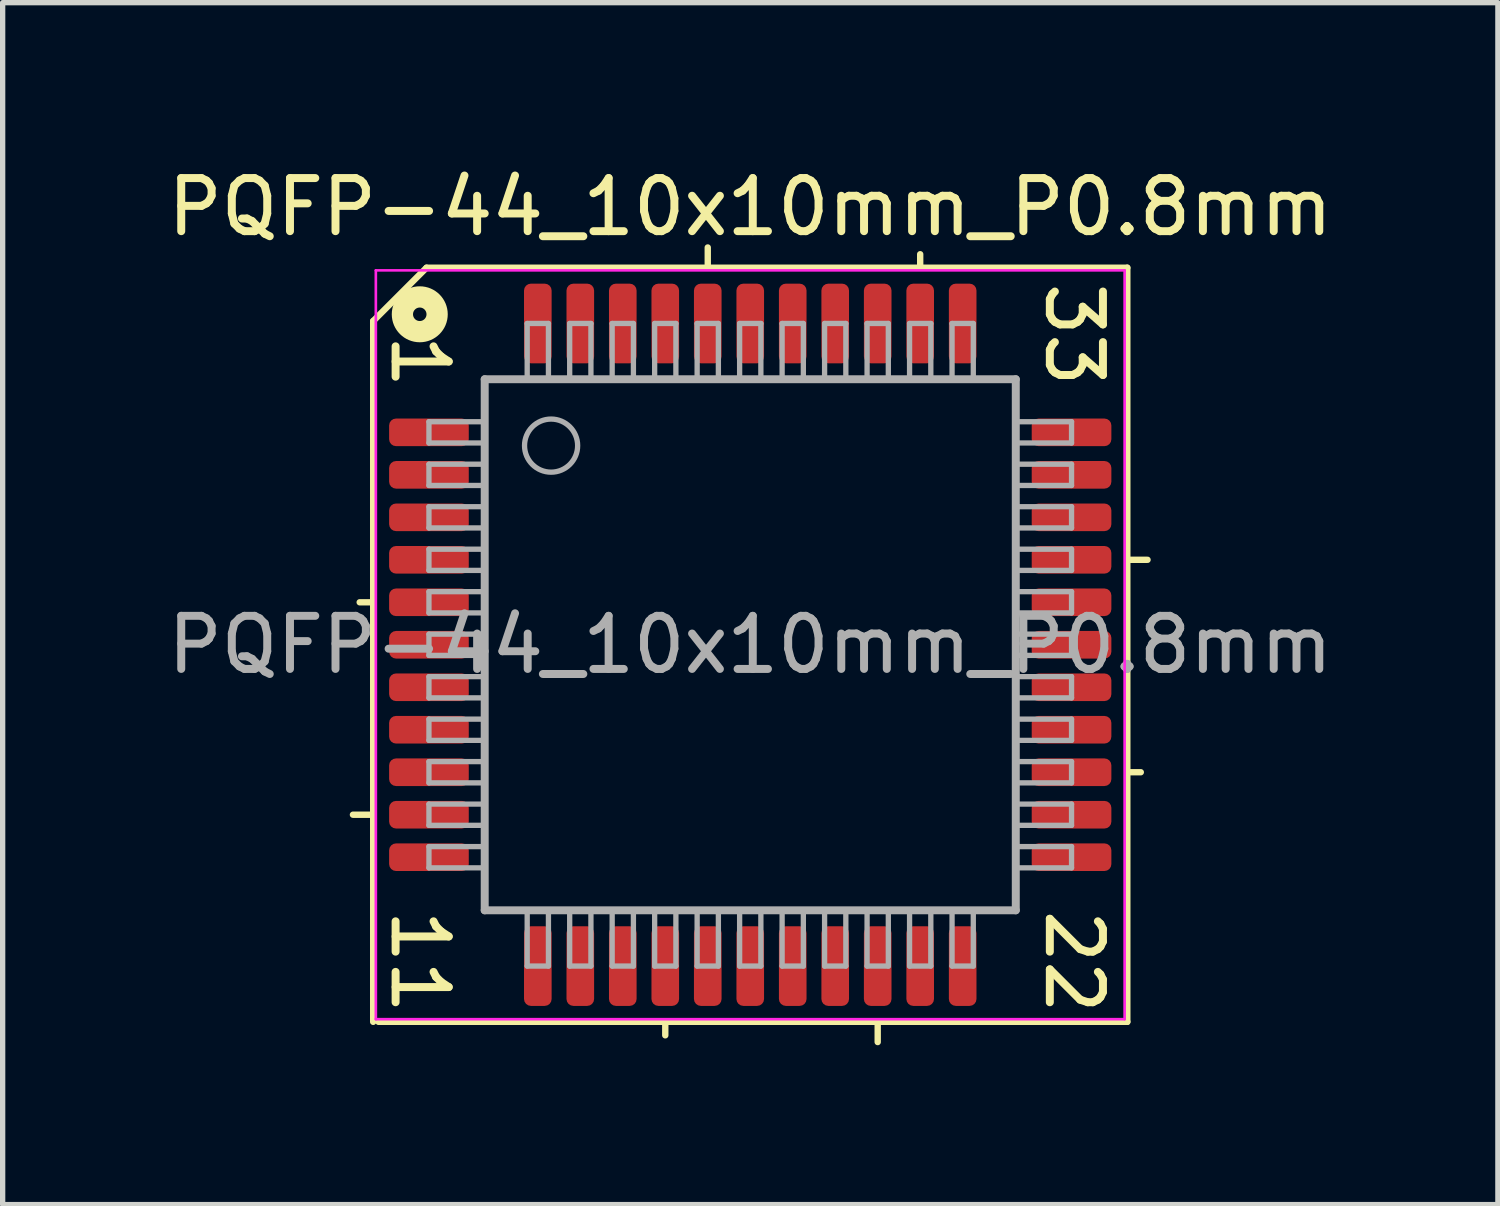
<source format=kicad_pcb>
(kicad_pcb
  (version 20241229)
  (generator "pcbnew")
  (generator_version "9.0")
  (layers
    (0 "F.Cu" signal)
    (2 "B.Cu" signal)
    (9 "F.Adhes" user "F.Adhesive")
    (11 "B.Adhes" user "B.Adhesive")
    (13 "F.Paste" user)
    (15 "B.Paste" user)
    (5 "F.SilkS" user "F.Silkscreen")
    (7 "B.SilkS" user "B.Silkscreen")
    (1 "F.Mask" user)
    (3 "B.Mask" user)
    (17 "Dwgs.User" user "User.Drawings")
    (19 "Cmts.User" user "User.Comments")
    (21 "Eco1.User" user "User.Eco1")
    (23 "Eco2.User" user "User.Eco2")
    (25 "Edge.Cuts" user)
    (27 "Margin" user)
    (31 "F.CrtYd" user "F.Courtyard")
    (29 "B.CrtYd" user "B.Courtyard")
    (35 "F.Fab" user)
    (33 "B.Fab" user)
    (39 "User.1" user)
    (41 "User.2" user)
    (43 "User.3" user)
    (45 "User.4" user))
  (footprint "PQFP-44_10x10mm_P0.8mm"
    (layer "F.Cu")
    (at 11.077 9.091)
    (property "Reference" "PQFP-44_10x10mm_P0.8mm" (at 0 -8.243 0) (layer "F.SilkS") (effects (font (size 1 1) (thickness 0.15))))
    (attr smd)
    (fp_line (start -7.1 -6.096) (end -7.1 7.1) (stroke (width 0.12) (type solid)) (layer "F.SilkS"))
    (fp_line (start -7.1 -0.8) (end -7.354 -0.8) (stroke (width 0.12) (type solid)) (layer "F.SilkS"))
    (fp_line (start -7.1 3.2) (end -7.481 3.2) (stroke (width 0.12) (type solid)) (layer "F.SilkS"))
    (fp_line (start -7 7.1) (end 7.1 7.1) (stroke (width 0.12) (type solid)) (layer "F.SilkS"))
    (fp_line (start -6.096 -7.1) (end -7.1 -6.096) (stroke (width 0.12) (type solid)) (layer "F.SilkS"))
    (fp_line (start -1.6 7.1) (end -1.6 7.354) (stroke (width 0.12) (type solid)) (layer "F.SilkS"))
    (fp_line (start -0.8 -7.1) (end -0.8 -7.481) (stroke (width 0.12) (type solid)) (layer "F.SilkS"))
    (fp_line (start 2.4 7.1) (end 2.4 7.481) (stroke (width 0.12) (type solid)) (layer "F.SilkS"))
    (fp_line (start 3.2 -7.1) (end 3.2 -7.354) (stroke (width 0.12) (type solid)) (layer "F.SilkS"))
    (fp_line (start 7.1 -7.1) (end -6.096 -7.1) (stroke (width 0.12) (type solid)) (layer "F.SilkS"))
    (fp_line (start 7.1 -1.6) (end 7.481 -1.6) (stroke (width 0.12) (type solid)) (layer "F.SilkS"))
    (fp_line (start 7.1 2.4) (end 7.354 2.4) (stroke (width 0.12) (type solid)) (layer "F.SilkS"))
    (fp_line (start 7.1 7.1) (end 7.1 -7.1) (stroke (width 0.12) (type solid)) (layer "F.SilkS"))
    (fp_circle (center -6.223 -6.223) (end -6.096 -6.223) (stroke (width 0.4) (type solid)) (fill no) (layer "F.SilkS"))
    (fp_line (start -7.05 -7.05) (end -7.05 7.05) (stroke (width 0.05) (type solid)) (layer "F.CrtYd"))
    (fp_line (start -7.05 -7.05) (end 7.05 -7.05) (stroke (width 0.05) (type solid)) (layer "F.CrtYd"))
    (fp_line (start -7.05 7.05) (end 7.05 7.05) (stroke (width 0.05) (type solid)) (layer "F.CrtYd"))
    (fp_line (start 7.05 -7.05) (end 7.05 7.05) (stroke (width 0.05) (type solid)) (layer "F.CrtYd"))
    (fp_line (start -6.05 -4.2) (end -6.05 -3.8) (stroke (width 0.1) (type solid)) (layer "F.Fab"))
    (fp_line (start -6.05 -4.2) (end -5 -4.2) (stroke (width 0.1) (type solid)) (layer "F.Fab"))
    (fp_line (start -6.05 -3.8) (end -5 -3.8) (stroke (width 0.1) (type solid)) (layer "F.Fab"))
    (fp_line (start -6.05 -3.4) (end -6.05 -3) (stroke (width 0.1) (type solid)) (layer "F.Fab"))
    (fp_line (start -6.05 -3.4) (end -5 -3.4) (stroke (width 0.1) (type solid)) (layer "F.Fab"))
    (fp_line (start -6.05 -3) (end -5 -3) (stroke (width 0.1) (type solid)) (layer "F.Fab"))
    (fp_line (start -6.05 -2.6) (end -6.05 -2.2) (stroke (width 0.1) (type solid)) (layer "F.Fab"))
    (fp_line (start -6.05 -2.6) (end -5 -2.6) (stroke (width 0.1) (type solid)) (layer "F.Fab"))
    (fp_line (start -6.05 -2.2) (end -5 -2.2) (stroke (width 0.1) (type solid)) (layer "F.Fab"))
    (fp_line (start -6.05 -1.8) (end -6.05 -1.4) (stroke (width 0.1) (type solid)) (layer "F.Fab"))
    (fp_line (start -6.05 -1.8) (end -5 -1.8) (stroke (width 0.1) (type solid)) (layer "F.Fab"))
    (fp_line (start -6.05 -1.4) (end -5 -1.4) (stroke (width 0.1) (type solid)) (layer "F.Fab"))
    (fp_line (start -6.05 -1) (end -6.05 -0.6) (stroke (width 0.1) (type solid)) (layer "F.Fab"))
    (fp_line (start -6.05 -1) (end -5 -1) (stroke (width 0.1) (type solid)) (layer "F.Fab"))
    (fp_line (start -6.05 -0.6) (end -5 -0.6) (stroke (width 0.1) (type solid)) (layer "F.Fab"))
    (fp_line (start -6.05 -0.2) (end -6.05 0.2) (stroke (width 0.1) (type solid)) (layer "F.Fab"))
    (fp_line (start -6.05 -0.2) (end -5 -0.2) (stroke (width 0.1) (type solid)) (layer "F.Fab"))
    (fp_line (start -6.05 0.2) (end -5 0.2) (stroke (width 0.1) (type solid)) (layer "F.Fab"))
    (fp_line (start -6.05 0.6) (end -6.05 1) (stroke (width 0.1) (type solid)) (layer "F.Fab"))
    (fp_line (start -6.05 0.6) (end -5 0.6) (stroke (width 0.1) (type solid)) (layer "F.Fab"))
    (fp_line (start -6.05 1) (end -5 1) (stroke (width 0.1) (type solid)) (layer "F.Fab"))
    (fp_line (start -6.05 1.4) (end -6.05 1.8) (stroke (width 0.1) (type solid)) (layer "F.Fab"))
    (fp_line (start -6.05 1.4) (end -5 1.4) (stroke (width 0.1) (type solid)) (layer "F.Fab"))
    (fp_line (start -6.05 1.8) (end -5 1.8) (stroke (width 0.1) (type solid)) (layer "F.Fab"))
    (fp_line (start -6.05 2.2) (end -6.05 2.6) (stroke (width 0.1) (type solid)) (layer "F.Fab"))
    (fp_line (start -6.05 2.2) (end -5 2.2) (stroke (width 0.1) (type solid)) (layer "F.Fab"))
    (fp_line (start -6.05 2.6) (end -5 2.6) (stroke (width 0.1) (type solid)) (layer "F.Fab"))
    (fp_line (start -6.05 3) (end -6.05 3.4) (stroke (width 0.1) (type solid)) (layer "F.Fab"))
    (fp_line (start -6.05 3) (end -5 3) (stroke (width 0.1) (type solid)) (layer "F.Fab"))
    (fp_line (start -6.05 3.4) (end -5 3.4) (stroke (width 0.1) (type solid)) (layer "F.Fab"))
    (fp_line (start -6.05 3.8) (end -6.05 4.2) (stroke (width 0.1) (type solid)) (layer "F.Fab"))
    (fp_line (start -6.05 3.8) (end -5 3.8) (stroke (width 0.1) (type solid)) (layer "F.Fab"))
    (fp_line (start -6.05 4.2) (end -5 4.2) (stroke (width 0.1) (type solid)) (layer "F.Fab"))
    (fp_line (start -5 -5) (end 5 -5) (stroke (width 0.15) (type solid)) (layer "F.Fab"))
    (fp_line (start -5 5) (end -5 -5) (stroke (width 0.15) (type solid)) (layer "F.Fab"))
    (fp_line (start -4.2 -6.05) (end -4.2 -5) (stroke (width 0.1) (type solid)) (layer "F.Fab"))
    (fp_line (start -4.2 6.05) (end -4.2 5) (stroke (width 0.1) (type solid)) (layer "F.Fab"))
    (fp_line (start -4.2 6.05) (end -3.8 6.05) (stroke (width 0.1) (type solid)) (layer "F.Fab"))
    (fp_line (start -3.8 -6.05) (end -4.2 -6.05) (stroke (width 0.1) (type solid)) (layer "F.Fab"))
    (fp_line (start -3.8 -6.05) (end -3.8 -5) (stroke (width 0.1) (type solid)) (layer "F.Fab"))
    (fp_line (start -3.8 6.05) (end -3.8 5) (stroke (width 0.1) (type solid)) (layer "F.Fab"))
    (fp_line (start -3.4 -6.05) (end -3.4 -5) (stroke (width 0.1) (type solid)) (layer "F.Fab"))
    (fp_line (start -3.4 6.05) (end -3.4 5) (stroke (width 0.1) (type solid)) (layer "F.Fab"))
    (fp_line (start -3.4 6.05) (end -3 6.05) (stroke (width 0.1) (type solid)) (layer "F.Fab"))
    (fp_line (start -3 -6.05) (end -3.4 -6.05) (stroke (width 0.1) (type solid)) (layer "F.Fab"))
    (fp_line (start -3 -6.05) (end -3 -5) (stroke (width 0.1) (type solid)) (layer "F.Fab"))
    (fp_line (start -3 6.05) (end -3 5) (stroke (width 0.1) (type solid)) (layer "F.Fab"))
    (fp_line (start -2.6 -6.05) (end -2.6 -5) (stroke (width 0.1) (type solid)) (layer "F.Fab"))
    (fp_line (start -2.6 6.05) (end -2.6 5) (stroke (width 0.1) (type solid)) (layer "F.Fab"))
    (fp_line (start -2.6 6.05) (end -2.2 6.05) (stroke (width 0.1) (type solid)) (layer "F.Fab"))
    (fp_line (start -2.2 -6.05) (end -2.6 -6.05) (stroke (width 0.1) (type solid)) (layer "F.Fab"))
    (fp_line (start -2.2 -6.05) (end -2.2 -5) (stroke (width 0.1) (type solid)) (layer "F.Fab"))
    (fp_line (start -2.2 6.05) (end -2.2 5) (stroke (width 0.1) (type solid)) (layer "F.Fab"))
    (fp_line (start -1.8 -6.05) (end -1.8 -5) (stroke (width 0.1) (type solid)) (layer "F.Fab"))
    (fp_line (start -1.8 6.05) (end -1.8 5) (stroke (width 0.1) (type solid)) (layer "F.Fab"))
    (fp_line (start -1.8 6.05) (end -1.4 6.05) (stroke (width 0.1) (type solid)) (layer "F.Fab"))
    (fp_line (start -1.4 -6.05) (end -1.8 -6.05) (stroke (width 0.1) (type solid)) (layer "F.Fab"))
    (fp_line (start -1.4 -6.05) (end -1.4 -5) (stroke (width 0.1) (type solid)) (layer "F.Fab"))
    (fp_line (start -1.4 6.05) (end -1.4 5) (stroke (width 0.1) (type solid)) (layer "F.Fab"))
    (fp_line (start -1 -6.05) (end -1 -5) (stroke (width 0.1) (type solid)) (layer "F.Fab"))
    (fp_line (start -1 6.05) (end -1 5) (stroke (width 0.1) (type solid)) (layer "F.Fab"))
    (fp_line (start -1 6.05) (end -0.6 6.05) (stroke (width 0.1) (type solid)) (layer "F.Fab"))
    (fp_line (start -0.6 -6.05) (end -1 -6.05) (stroke (width 0.1) (type solid)) (layer "F.Fab"))
    (fp_line (start -0.6 -6.05) (end -0.6 -5) (stroke (width 0.1) (type solid)) (layer "F.Fab"))
    (fp_line (start -0.6 6.05) (end -0.6 5) (stroke (width 0.1) (type solid)) (layer "F.Fab"))
    (fp_line (start -0.2 -6.05) (end -0.2 -5) (stroke (width 0.1) (type solid)) (layer "F.Fab"))
    (fp_line (start -0.2 6.05) (end -0.2 5) (stroke (width 0.1) (type solid)) (layer "F.Fab"))
    (fp_line (start -0.2 6.05) (end 0.2 6.05) (stroke (width 0.1) (type solid)) (layer "F.Fab"))
    (fp_line (start 0.2 -6.05) (end -0.2 -6.05) (stroke (width 0.1) (type solid)) (layer "F.Fab"))
    (fp_line (start 0.2 -6.05) (end 0.2 -5) (stroke (width 0.1) (type solid)) (layer "F.Fab"))
    (fp_line (start 0.2 6.05) (end 0.2 5) (stroke (width 0.1) (type solid)) (layer "F.Fab"))
    (fp_line (start 0.6 -6.05) (end 0.6 -5) (stroke (width 0.1) (type solid)) (layer "F.Fab"))
    (fp_line (start 0.6 6.05) (end 0.6 5) (stroke (width 0.1) (type solid)) (layer "F.Fab"))
    (fp_line (start 0.6 6.05) (end 1 6.05) (stroke (width 0.1) (type solid)) (layer "F.Fab"))
    (fp_line (start 1 -6.05) (end 0.6 -6.05) (stroke (width 0.1) (type solid)) (layer "F.Fab"))
    (fp_line (start 1 -6.05) (end 1 -5) (stroke (width 0.1) (type solid)) (layer "F.Fab"))
    (fp_line (start 1 6.05) (end 1 5) (stroke (width 0.1) (type solid)) (layer "F.Fab"))
    (fp_line (start 1.4 -6.05) (end 1.4 -5) (stroke (width 0.1) (type solid)) (layer "F.Fab"))
    (fp_line (start 1.4 6.05) (end 1.4 5) (stroke (width 0.1) (type solid)) (layer "F.Fab"))
    (fp_line (start 1.4 6.05) (end 1.8 6.05) (stroke (width 0.1) (type solid)) (layer "F.Fab"))
    (fp_line (start 1.8 -6.05) (end 1.4 -6.05) (stroke (width 0.1) (type solid)) (layer "F.Fab"))
    (fp_line (start 1.8 -6.05) (end 1.8 -5) (stroke (width 0.1) (type solid)) (layer "F.Fab"))
    (fp_line (start 1.8 6.05) (end 1.8 5) (stroke (width 0.1) (type solid)) (layer "F.Fab"))
    (fp_line (start 2.2 -6.05) (end 2.2 -5) (stroke (width 0.1) (type solid)) (layer "F.Fab"))
    (fp_line (start 2.2 6.05) (end 2.2 5) (stroke (width 0.1) (type solid)) (layer "F.Fab"))
    (fp_line (start 2.2 6.05) (end 2.6 6.05) (stroke (width 0.1) (type solid)) (layer "F.Fab"))
    (fp_line (start 2.6 -6.05) (end 2.2 -6.05) (stroke (width 0.1) (type solid)) (layer "F.Fab"))
    (fp_line (start 2.6 -6.05) (end 2.6 -5) (stroke (width 0.1) (type solid)) (layer "F.Fab"))
    (fp_line (start 2.6 6.05) (end 2.6 5) (stroke (width 0.1) (type solid)) (layer "F.Fab"))
    (fp_line (start 3 -6.05) (end 3 -5) (stroke (width 0.1) (type solid)) (layer "F.Fab"))
    (fp_line (start 3 6.05) (end 3 5) (stroke (width 0.1) (type solid)) (layer "F.Fab"))
    (fp_line (start 3 6.05) (end 3.4 6.05) (stroke (width 0.1) (type solid)) (layer "F.Fab"))
    (fp_line (start 3.4 -6.05) (end 3 -6.05) (stroke (width 0.1) (type solid)) (layer "F.Fab"))
    (fp_line (start 3.4 -6.05) (end 3.4 -5) (stroke (width 0.1) (type solid)) (layer "F.Fab"))
    (fp_line (start 3.4 6.05) (end 3.4 5) (stroke (width 0.1) (type solid)) (layer "F.Fab"))
    (fp_line (start 3.8 -6.05) (end 3.8 -5) (stroke (width 0.1) (type solid)) (layer "F.Fab"))
    (fp_line (start 3.8 6.05) (end 3.8 5) (stroke (width 0.1) (type solid)) (layer "F.Fab"))
    (fp_line (start 3.8 6.05) (end 4.2 6.05) (stroke (width 0.1) (type solid)) (layer "F.Fab"))
    (fp_line (start 4.2 -6.05) (end 3.8 -6.05) (stroke (width 0.1) (type solid)) (layer "F.Fab"))
    (fp_line (start 4.2 -6.05) (end 4.2 -5) (stroke (width 0.1) (type solid)) (layer "F.Fab"))
    (fp_line (start 4.2 6.05) (end 4.2 5) (stroke (width 0.1) (type solid)) (layer "F.Fab"))
    (fp_line (start 5 -5) (end 5 5) (stroke (width 0.15) (type solid)) (layer "F.Fab"))
    (fp_line (start 5 5) (end -5 5) (stroke (width 0.15) (type solid)) (layer "F.Fab"))
    (fp_line (start 6.05 -4.2) (end 5 -4.2) (stroke (width 0.1) (type solid)) (layer "F.Fab"))
    (fp_line (start 6.05 -3.8) (end 5 -3.8) (stroke (width 0.1) (type solid)) (layer "F.Fab"))
    (fp_line (start 6.05 -3.8) (end 6.05 -4.2) (stroke (width 0.1) (type solid)) (layer "F.Fab"))
    (fp_line (start 6.05 -3.4) (end 5 -3.4) (stroke (width 0.1) (type solid)) (layer "F.Fab"))
    (fp_line (start 6.05 -3) (end 5 -3) (stroke (width 0.1) (type solid)) (layer "F.Fab"))
    (fp_line (start 6.05 -3) (end 6.05 -3.4) (stroke (width 0.1) (type solid)) (layer "F.Fab"))
    (fp_line (start 6.05 -2.6) (end 5 -2.6) (stroke (width 0.1) (type solid)) (layer "F.Fab"))
    (fp_line (start 6.05 -2.2) (end 5 -2.2) (stroke (width 0.1) (type solid)) (layer "F.Fab"))
    (fp_line (start 6.05 -2.2) (end 6.05 -2.6) (stroke (width 0.1) (type solid)) (layer "F.Fab"))
    (fp_line (start 6.05 -1.8) (end 5 -1.8) (stroke (width 0.1) (type solid)) (layer "F.Fab"))
    (fp_line (start 6.05 -1.4) (end 5 -1.4) (stroke (width 0.1) (type solid)) (layer "F.Fab"))
    (fp_line (start 6.05 -1.4) (end 6.05 -1.8) (stroke (width 0.1) (type solid)) (layer "F.Fab"))
    (fp_line (start 6.05 -1) (end 5 -1) (stroke (width 0.1) (type solid)) (layer "F.Fab"))
    (fp_line (start 6.05 -0.6) (end 5 -0.6) (stroke (width 0.1) (type solid)) (layer "F.Fab"))
    (fp_line (start 6.05 -0.6) (end 6.05 -1) (stroke (width 0.1) (type solid)) (layer "F.Fab"))
    (fp_line (start 6.05 -0.2) (end 5 -0.2) (stroke (width 0.1) (type solid)) (layer "F.Fab"))
    (fp_line (start 6.05 0.2) (end 5 0.2) (stroke (width 0.1) (type solid)) (layer "F.Fab"))
    (fp_line (start 6.05 0.2) (end 6.05 -0.2) (stroke (width 0.1) (type solid)) (layer "F.Fab"))
    (fp_line (start 6.05 0.6) (end 5 0.6) (stroke (width 0.1) (type solid)) (layer "F.Fab"))
    (fp_line (start 6.05 1) (end 5 1) (stroke (width 0.1) (type solid)) (layer "F.Fab"))
    (fp_line (start 6.05 1) (end 6.05 0.6) (stroke (width 0.1) (type solid)) (layer "F.Fab"))
    (fp_line (start 6.05 1.4) (end 5 1.4) (stroke (width 0.1) (type solid)) (layer "F.Fab"))
    (fp_line (start 6.05 1.8) (end 5 1.8) (stroke (width 0.1) (type solid)) (layer "F.Fab"))
    (fp_line (start 6.05 1.8) (end 6.05 1.4) (stroke (width 0.1) (type solid)) (layer "F.Fab"))
    (fp_line (start 6.05 2.2) (end 5 2.2) (stroke (width 0.1) (type solid)) (layer "F.Fab"))
    (fp_line (start 6.05 2.6) (end 5 2.6) (stroke (width 0.1) (type solid)) (layer "F.Fab"))
    (fp_line (start 6.05 2.6) (end 6.05 2.2) (stroke (width 0.1) (type solid)) (layer "F.Fab"))
    (fp_line (start 6.05 3) (end 5 3) (stroke (width 0.1) (type solid)) (layer "F.Fab"))
    (fp_line (start 6.05 3.4) (end 5 3.4) (stroke (width 0.1) (type solid)) (layer "F.Fab"))
    (fp_line (start 6.05 3.4) (end 6.05 3) (stroke (width 0.1) (type solid)) (layer "F.Fab"))
    (fp_line (start 6.05 3.8) (end 5 3.8) (stroke (width 0.1) (type solid)) (layer "F.Fab"))
    (fp_line (start 6.05 4.2) (end 5 4.2) (stroke (width 0.1) (type solid)) (layer "F.Fab"))
    (fp_line (start 6.05 4.2) (end 6.05 3.8) (stroke (width 0.1) (type solid)) (layer "F.Fab"))
    (fp_circle (center -3.75 -3.75) (end -3.25 -3.75) (stroke (width 0.1) (type solid)) (fill no) (layer "F.Fab"))
    (fp_text user "33" (at 6.096 -5.842 270) (unlocked yes) (layer "F.SilkS") (effects (font (size 1 1) (thickness 0.15))))
    (fp_text user "1" (at -6.223 -5.334 270) (unlocked yes) (layer "F.SilkS") (effects (font (size 1 1) (thickness 0.15))))
    (fp_text user "11" (at -6.223 5.969 270) (unlocked yes) (layer "F.SilkS") (effects (font (size 1 1) (thickness 0.15))))
    (fp_text user "22" (at 6.096 5.969 270) (unlocked yes) (layer "F.SilkS") (effects (font (size 1 1) (thickness 0.15))))
    (fp_text user "${REFERENCE}" (at 0 0 0) (layer "F.Fab") (effects (font (size 1 1) (thickness 0.15))))
    (pad "1" smd roundrect (at -6.05 -4) (size 1.5 0.52) (layers "F.Cu" "F.Mask" "F.Paste") (roundrect_rratio 0.25))
    (pad "2" smd roundrect (at -6.05 -3.2) (size 1.5 0.52) (layers "F.Cu" "F.Mask" "F.Paste") (roundrect_rratio 0.25))
    (pad "3" smd roundrect (at -6.05 -2.4) (size 1.5 0.52) (layers "F.Cu" "F.Mask" "F.Paste") (roundrect_rratio 0.25))
    (pad "4" smd roundrect (at -6.05 -1.6) (size 1.5 0.52) (layers "F.Cu" "F.Mask" "F.Paste") (roundrect_rratio 0.25))
    (pad "5" smd roundrect (at -6.05 -0.8) (size 1.5 0.52) (layers "F.Cu" "F.Mask" "F.Paste") (roundrect_rratio 0.25))
    (pad "6" smd roundrect (at -6.05 0) (size 1.5 0.52) (layers "F.Cu" "F.Mask" "F.Paste") (roundrect_rratio 0.25))
    (pad "7" smd roundrect (at -6.05 0.8) (size 1.5 0.52) (layers "F.Cu" "F.Mask" "F.Paste") (roundrect_rratio 0.25))
    (pad "8" smd roundrect (at -6.05 1.6) (size 1.5 0.52) (layers "F.Cu" "F.Mask" "F.Paste") (roundrect_rratio 0.25))
    (pad "9" smd roundrect (at -6.05 2.4) (size 1.5 0.52) (layers "F.Cu" "F.Mask" "F.Paste") (roundrect_rratio 0.25))
    (pad "10" smd roundrect (at -6.05 3.2) (size 1.5 0.52) (layers "F.Cu" "F.Mask" "F.Paste") (roundrect_rratio 0.25))
    (pad "11" smd roundrect (at -6.05 4) (size 1.5 0.52) (layers "F.Cu" "F.Mask" "F.Paste") (roundrect_rratio 0.25))
    (pad "12" smd roundrect (at -4 6.05) (size 0.52 1.5) (layers "F.Cu" "F.Mask" "F.Paste") (roundrect_rratio 0.25))
    (pad "13" smd roundrect (at -3.2 6.05) (size 0.52 1.5) (layers "F.Cu" "F.Mask" "F.Paste") (roundrect_rratio 0.25))
    (pad "14" smd roundrect (at -2.4 6.05) (size 0.52 1.5) (layers "F.Cu" "F.Mask" "F.Paste") (roundrect_rratio 0.25))
    (pad "15" smd roundrect (at -1.6 6.05) (size 0.52 1.5) (layers "F.Cu" "F.Mask" "F.Paste") (roundrect_rratio 0.25))
    (pad "16" smd roundrect (at -0.8 6.05) (size 0.52 1.5) (layers "F.Cu" "F.Mask" "F.Paste") (roundrect_rratio 0.25))
    (pad "17" smd roundrect (at 0 6.05) (size 0.52 1.5) (layers "F.Cu" "F.Mask" "F.Paste") (roundrect_rratio 0.25))
    (pad "18" smd roundrect (at 0.8 6.05) (size 0.52 1.5) (layers "F.Cu" "F.Mask" "F.Paste") (roundrect_rratio 0.25))
    (pad "19" smd roundrect (at 1.6 6.05) (size 0.52 1.5) (layers "F.Cu" "F.Mask" "F.Paste") (roundrect_rratio 0.25))
    (pad "20" smd roundrect (at 2.4 6.05) (size 0.52 1.5) (layers "F.Cu" "F.Mask" "F.Paste") (roundrect_rratio 0.25))
    (pad "21" smd roundrect (at 3.2 6.05) (size 0.52 1.5) (layers "F.Cu" "F.Mask" "F.Paste") (roundrect_rratio 0.25))
    (pad "22" smd roundrect (at 4 6.05) (size 0.52 1.5) (layers "F.Cu" "F.Mask" "F.Paste") (roundrect_rratio 0.25))
    (pad "23" smd roundrect (at 6.05 4) (size 1.5 0.52) (layers "F.Cu" "F.Mask" "F.Paste") (roundrect_rratio 0.25))
    (pad "24" smd roundrect (at 6.05 3.2) (size 1.5 0.52) (layers "F.Cu" "F.Mask" "F.Paste") (roundrect_rratio 0.25))
    (pad "25" smd roundrect (at 6.05 2.4) (size 1.5 0.52) (layers "F.Cu" "F.Mask" "F.Paste") (roundrect_rratio 0.25))
    (pad "26" smd roundrect (at 6.05 1.6) (size 1.5 0.52) (layers "F.Cu" "F.Mask" "F.Paste") (roundrect_rratio 0.25))
    (pad "27" smd roundrect (at 6.05 0.8) (size 1.5 0.52) (layers "F.Cu" "F.Mask" "F.Paste") (roundrect_rratio 0.25))
    (pad "28" smd roundrect (at 6.05 0) (size 1.5 0.52) (layers "F.Cu" "F.Mask" "F.Paste") (roundrect_rratio 0.25))
    (pad "29" smd roundrect (at 6.05 -0.8) (size 1.5 0.52) (layers "F.Cu" "F.Mask" "F.Paste") (roundrect_rratio 0.25))
    (pad "30" smd roundrect (at 6.05 -1.6) (size 1.5 0.52) (layers "F.Cu" "F.Mask" "F.Paste") (roundrect_rratio 0.25))
    (pad "31" smd roundrect (at 6.05 -2.4) (size 1.5 0.52) (layers "F.Cu" "F.Mask" "F.Paste") (roundrect_rratio 0.25))
    (pad "32" smd roundrect (at 6.05 -3.2) (size 1.5 0.52) (layers "F.Cu" "F.Mask" "F.Paste") (roundrect_rratio 0.25))
    (pad "33" smd roundrect (at 6.05 -4) (size 1.5 0.52) (layers "F.Cu" "F.Mask" "F.Paste") (roundrect_rratio 0.25))
    (pad "34" smd roundrect (at 4 -6.05) (size 0.52 1.5) (layers "F.Cu" "F.Mask" "F.Paste") (roundrect_rratio 0.25))
    (pad "35" smd roundrect (at 3.2 -6.05) (size 0.52 1.5) (layers "F.Cu" "F.Mask" "F.Paste") (roundrect_rratio 0.25))
    (pad "36" smd roundrect (at 2.4 -6.05) (size 0.52 1.5) (layers "F.Cu" "F.Mask" "F.Paste") (roundrect_rratio 0.25))
    (pad "37" smd roundrect (at 1.6 -6.05) (size 0.52 1.5) (layers "F.Cu" "F.Mask" "F.Paste") (roundrect_rratio 0.25))
    (pad "38" smd roundrect (at 0.8 -6.05) (size 0.52 1.5) (layers "F.Cu" "F.Mask" "F.Paste") (roundrect_rratio 0.25))
    (pad "39" smd roundrect (at 0 -6.05) (size 0.52 1.5) (layers "F.Cu" "F.Mask" "F.Paste") (roundrect_rratio 0.25))
    (pad "40" smd roundrect (at -0.8 -6.05) (size 0.52 1.5) (layers "F.Cu" "F.Mask" "F.Paste") (roundrect_rratio 0.25))
    (pad "41" smd roundrect (at -1.6 -6.05) (size 0.52 1.5) (layers "F.Cu" "F.Mask" "F.Paste") (roundrect_rratio 0.25))
    (pad "42" smd roundrect (at -2.4 -6.05) (size 0.52 1.5) (layers "F.Cu" "F.Mask" "F.Paste") (roundrect_rratio 0.25))
    (pad "43" smd roundrect (at -3.2 -6.05) (size 0.52 1.5) (layers "F.Cu" "F.Mask" "F.Paste") (roundrect_rratio 0.25))
    (pad "44" smd roundrect (at -4 -6.05) (size 0.52 1.5) (layers "F.Cu" "F.Mask" "F.Paste") (roundrect_rratio 0.25)))
  (gr_rect
    (start -3 -3)
    (end 25.155 19.632)
    (stroke (width 0.1) (type default))
    (fill no)
    (layer "Edge.Cuts")))
</source>
